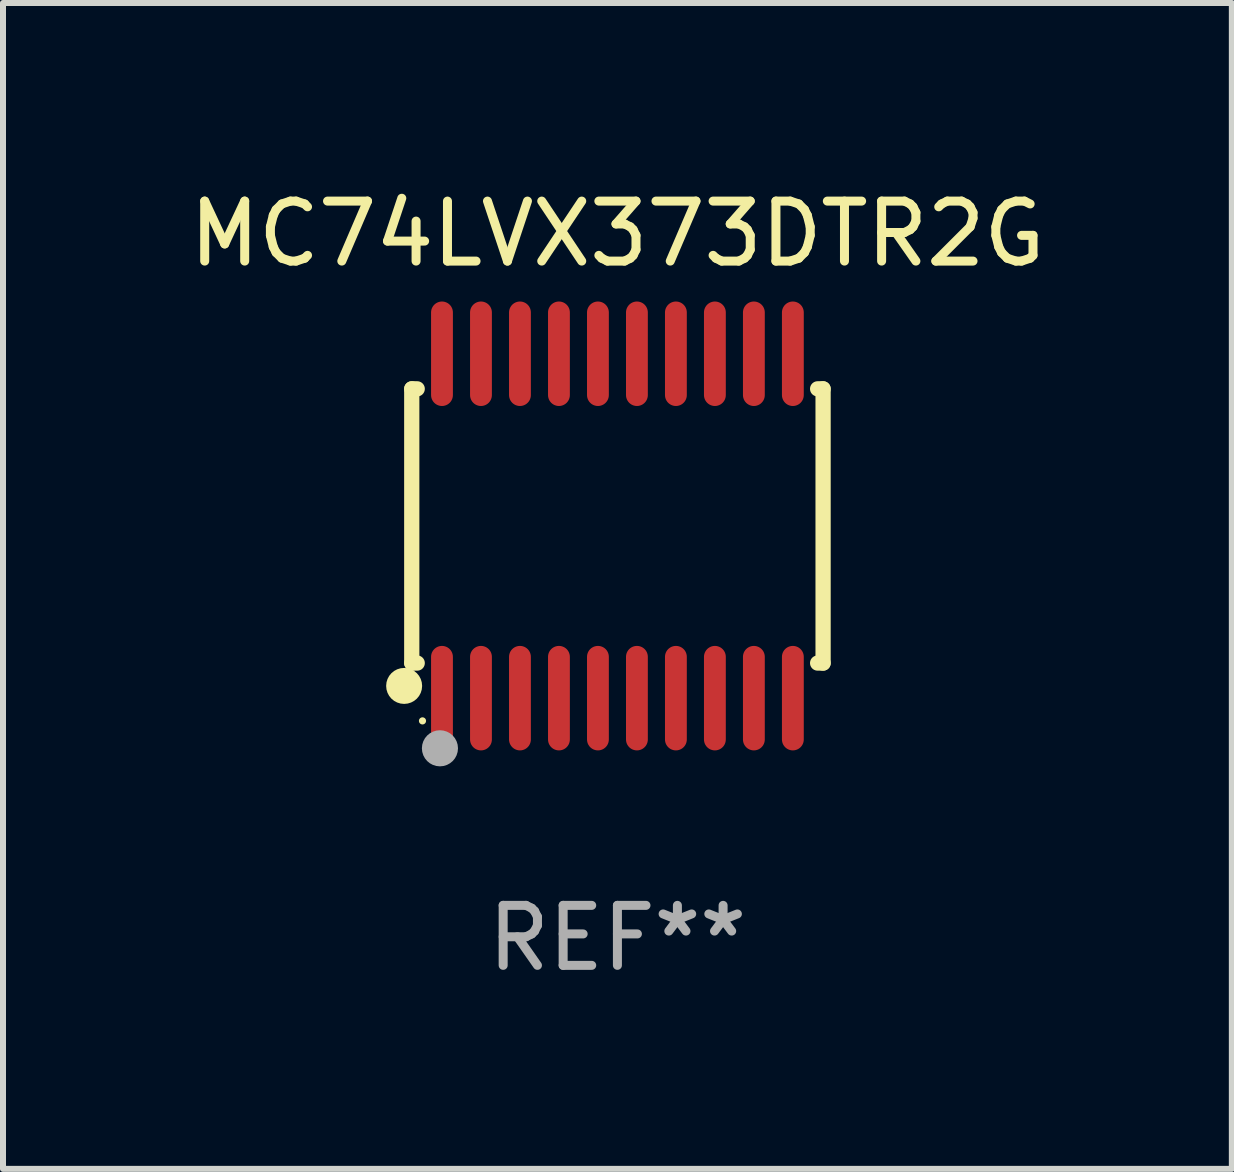
<source format=kicad_pcb>
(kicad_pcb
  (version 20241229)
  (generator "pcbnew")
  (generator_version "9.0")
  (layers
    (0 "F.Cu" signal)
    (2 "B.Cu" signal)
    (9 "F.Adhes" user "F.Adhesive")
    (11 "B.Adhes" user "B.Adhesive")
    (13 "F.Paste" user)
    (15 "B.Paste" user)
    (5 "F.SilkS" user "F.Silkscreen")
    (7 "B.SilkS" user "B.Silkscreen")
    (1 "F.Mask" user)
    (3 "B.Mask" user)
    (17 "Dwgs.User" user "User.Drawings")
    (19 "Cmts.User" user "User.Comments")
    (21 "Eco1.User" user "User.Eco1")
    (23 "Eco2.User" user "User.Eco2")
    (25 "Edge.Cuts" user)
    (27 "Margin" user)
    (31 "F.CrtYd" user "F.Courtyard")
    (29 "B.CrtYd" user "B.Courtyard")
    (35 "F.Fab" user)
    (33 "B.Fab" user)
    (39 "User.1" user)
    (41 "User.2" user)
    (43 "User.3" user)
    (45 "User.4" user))
  (footprint "MC74LVX373DTR2G"
    (layer "F.Cu")
    (at 7.244 5.719)
    (property "Reference" "MC74LVX373DTR2G" (at 0 -4.871 0) (layer "F.SilkS") (effects (font (size 1 1) (thickness 0.15))))
    (attr through_hole)
    (fp_line (start -3.429 -2.286) (end -3.429 2.286) (stroke (width 0.254) (type solid)) (layer "F.SilkS"))
    (fp_line (start -3.429 2.286) (end -3.338 2.286) (stroke (width 0.254) (type solid)) (layer "F.SilkS"))
    (fp_line (start -3.338 -2.286) (end -3.429 -2.286) (stroke (width 0.254) (type solid)) (layer "F.SilkS"))
    (fp_line (start 3.338 -2.286) (end 3.429 -2.286) (stroke (width 0.254) (type solid)) (layer "F.SilkS"))
    (fp_line (start 3.429 -2.286) (end 3.429 2.286) (stroke (width 0.254) (type solid)) (layer "F.SilkS"))
    (fp_line (start 3.429 2.286) (end 3.338 2.286) (stroke (width 0.254) (type solid)) (layer "F.SilkS"))
    (fp_circle (center -3.556 2.667) (end -3.406 2.667) (stroke (width 0.3) (type solid)) (fill no) (layer "F.SilkS"))
    (fp_circle (center -3.25 3.25) (end -3.22 3.25) (stroke (width 0.06) (type solid)) (fill no) (layer "F.SilkS"))
    (fp_circle (center -2.959 3.707) (end -2.808 3.707) (stroke (width 0.3) (type solid)) (fill no) (layer "F.Fab"))
    (fp_text user "REF**" (at 0 6.871 0) (layer "F.Fab") (effects (font (size 1 1) (thickness 0.15))))
    (pad "1" smd oval (at -2.925 2.871) (size 0.364 1.742) (layers "F.Cu" "F.Mask" "F.Paste"))
    (pad "2" smd oval (at -2.275 2.871) (size 0.364 1.742) (layers "F.Cu" "F.Mask" "F.Paste"))
    (pad "3" smd oval (at -1.625 2.871) (size 0.364 1.742) (layers "F.Cu" "F.Mask" "F.Paste"))
    (pad "4" smd oval (at -0.975 2.871) (size 0.364 1.742) (layers "F.Cu" "F.Mask" "F.Paste"))
    (pad "5" smd oval (at -0.325 2.871) (size 0.364 1.742) (layers "F.Cu" "F.Mask" "F.Paste"))
    (pad "6" smd oval (at 0.325 2.871) (size 0.364 1.742) (layers "F.Cu" "F.Mask" "F.Paste"))
    (pad "7" smd oval (at 0.975 2.871) (size 0.364 1.742) (layers "F.Cu" "F.Mask" "F.Paste"))
    (pad "8" smd oval (at 1.625 2.871) (size 0.364 1.742) (layers "F.Cu" "F.Mask" "F.Paste"))
    (pad "9" smd oval (at 2.275 2.871) (size 0.364 1.742) (layers "F.Cu" "F.Mask" "F.Paste"))
    (pad "10" smd oval (at 2.925 2.871) (size 0.364 1.742) (layers "F.Cu" "F.Mask" "F.Paste"))
    (pad "11" smd oval (at 2.925 -2.871) (size 0.364 1.742) (layers "F.Cu" "F.Mask" "F.Paste"))
    (pad "12" smd oval (at 2.275 -2.871) (size 0.364 1.742) (layers "F.Cu" "F.Mask" "F.Paste"))
    (pad "13" smd oval (at 1.625 -2.871) (size 0.364 1.742) (layers "F.Cu" "F.Mask" "F.Paste"))
    (pad "14" smd oval (at 0.975 -2.871) (size 0.364 1.742) (layers "F.Cu" "F.Mask" "F.Paste"))
    (pad "15" smd oval (at 0.325 -2.871) (size 0.364 1.742) (layers "F.Cu" "F.Mask" "F.Paste"))
    (pad "16" smd oval (at -0.325 -2.871) (size 0.364 1.742) (layers "F.Cu" "F.Mask" "F.Paste"))
    (pad "17" smd oval (at -0.975 -2.871) (size 0.364 1.742) (layers "F.Cu" "F.Mask" "F.Paste"))
    (pad "18" smd oval (at -1.625 -2.871) (size 0.364 1.742) (layers "F.Cu" "F.Mask" "F.Paste"))
    (pad "19" smd oval (at -2.275 -2.871) (size 0.364 1.742) (layers "F.Cu" "F.Mask" "F.Paste"))
    (pad "20" smd oval (at -2.925 -2.871) (size 0.364 1.742) (layers "F.Cu" "F.Mask" "F.Paste")))
  (gr_rect
    (start -3 -3)
    (end 17.488 16.438)
    (stroke (width 0.1) (type default))
    (fill no)
    (layer "Edge.Cuts")))
</source>
